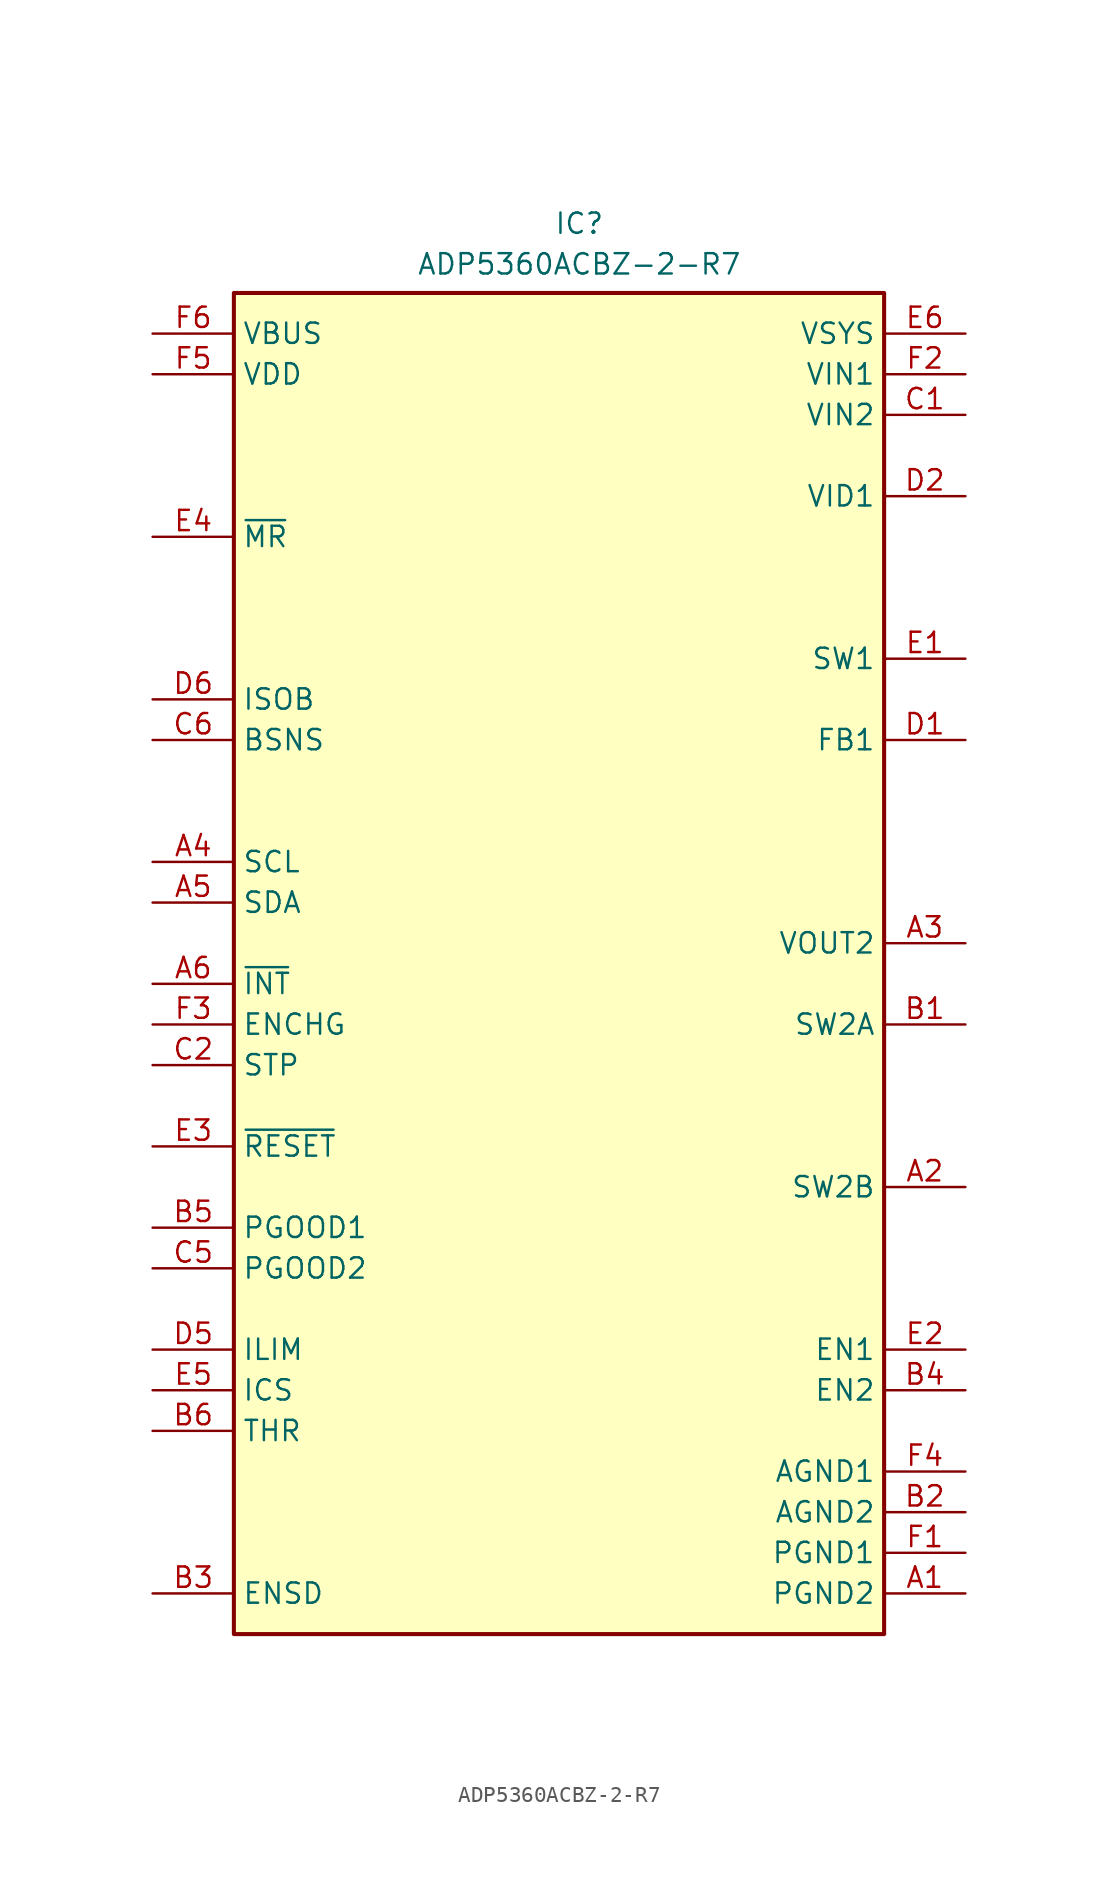
<source format=kicad_sym>
(kicad_symbol_lib
  (version 20220914)
  (generator kicad_symbol_editor)
  (symbol "ADP5360ACBZ-2-R7"
    (property "Reference" "IC"
      (at 1.27 45.72 0)
      (effects (font (size 1.27 1.27)) (justify top)))
    (property "Value" "ADP5360ACBZ-2-R7"
      (at 1.27 43.18 0)
      (effects (font (size 1.27 1.27)) (justify top)))
    (symbol "ADP5360ACBZ-2-R7_1_1"
      (rectangle (start -20.32 40.64) (end 20.32 -43.18) (stroke (width 0.254) (type default)) (fill (type background)))
      (pin passive line (at 25.4 -40.64 180) (length 5.08) (name "PGND2" (effects (font (size 1.27 1.27)))) (number "A1" (effects (font (size 1.27 1.27)))))
      (pin passive line (at 25.4 -15.24 180) (length 5.08) (name "SW2B" (effects (font (size 1.27 1.27)))) (number "A2" (effects (font (size 1.27 1.27)))))
      (pin passive line (at 25.4 0 180) (length 5.08) (name "VOUT2" (effects (font (size 1.27 1.27)))) (number "A3" (effects (font (size 1.27 1.27)))))
      (pin passive line (at -25.4 5.08 0) (length 5.08) (name "SCL" (effects (font (size 1.27 1.27)))) (number "A4" (effects (font (size 1.27 1.27)))))
      (pin passive line (at -25.4 2.54 0) (length 5.08) (name "SDA" (effects (font (size 1.27 1.27)))) (number "A5" (effects (font (size 1.27 1.27)))))
      (pin passive line (at -25.4 -2.54 0) (length 5.08) (name "~{INT}" (effects (font (size 1.27 1.27)))) (number "A6" (effects (font (size 1.27 1.27)))))
      (pin passive line (at 25.4 -5.08 180) (length 5.08) (name "SW2A" (effects (font (size 1.27 1.27)))) (number "B1" (effects (font (size 1.27 1.27)))))
      (pin passive line (at 25.4 -35.56 180) (length 5.08) (name "AGND2" (effects (font (size 1.27 1.27)))) (number "B2" (effects (font (size 1.27 1.27)))))
      (pin passive line (at -25.4 -40.64 0) (length 5.08) (name "ENSD" (effects (font (size 1.27 1.27)))) (number "B3" (effects (font (size 1.27 1.27)))))
      (pin passive line (at 25.4 -27.94 180) (length 5.08) (name "EN2" (effects (font (size 1.27 1.27)))) (number "B4" (effects (font (size 1.27 1.27)))))
      (pin passive line (at -25.4 -17.78 0) (length 5.08) (name "PGOOD1" (effects (font (size 1.27 1.27)))) (number "B5" (effects (font (size 1.27 1.27)))))
      (pin passive line (at -25.4 -30.48 0) (length 5.08) (name "THR" (effects (font (size 1.27 1.27)))) (number "B6" (effects (font (size 1.27 1.27)))))
      (pin passive line (at 25.4 33.02 180) (length 5.08) (name "VIN2" (effects (font (size 1.27 1.27)))) (number "C1" (effects (font (size 1.27 1.27)))))
      (pin passive line (at -25.4 -7.62 0) (length 5.08) (name "STP" (effects (font (size 1.27 1.27)))) (number "C2" (effects (font (size 1.27 1.27)))))
      (pin passive line (at -25.4 -20.32 0) (length 5.08) (name "PGOOD2" (effects (font (size 1.27 1.27)))) (number "C5" (effects (font (size 1.27 1.27)))))
      (pin passive line (at -25.4 12.7 0) (length 5.08) (name "BSNS" (effects (font (size 1.27 1.27)))) (number "C6" (effects (font (size 1.27 1.27)))))
      (pin passive line (at 25.4 12.7 180) (length 5.08) (name "FB1" (effects (font (size 1.27 1.27)))) (number "D1" (effects (font (size 1.27 1.27)))))
      (pin passive line (at 25.4 27.94 180) (length 5.08) (name "VID1" (effects (font (size 1.27 1.27)))) (number "D2" (effects (font (size 1.27 1.27)))))
      (pin passive line (at -25.4 -25.4 0) (length 5.08) (name "ILIM" (effects (font (size 1.27 1.27)))) (number "D5" (effects (font (size 1.27 1.27)))))
      (pin passive line (at -25.4 15.24 0) (length 5.08) (name "ISOB" (effects (font (size 1.27 1.27)))) (number "D6" (effects (font (size 1.27 1.27)))))
      (pin passive line (at 25.4 17.78 180) (length 5.08) (name "SW1" (effects (font (size 1.27 1.27)))) (number "E1" (effects (font (size 1.27 1.27)))))
      (pin passive line (at 25.4 -25.4 180) (length 5.08) (name "EN1" (effects (font (size 1.27 1.27)))) (number "E2" (effects (font (size 1.27 1.27)))))
      (pin passive line (at -25.4 -12.7 0) (length 5.08) (name "~{RESET}" (effects (font (size 1.27 1.27)))) (number "E3" (effects (font (size 1.27 1.27)))))
      (pin passive line (at -25.4 25.4 0) (length 5.08) (name "~{MR}" (effects (font (size 1.27 1.27)))) (number "E4" (effects (font (size 1.27 1.27)))))
      (pin passive line (at -25.4 -27.94 0) (length 5.08) (name "ICS" (effects (font (size 1.27 1.27)))) (number "E5" (effects (font (size 1.27 1.27)))))
      (pin passive line (at 25.4 38.1 180) (length 5.08) (name "VSYS" (effects (font (size 1.27 1.27)))) (number "E6" (effects (font (size 1.27 1.27)))))
      (pin passive line (at 25.4 -38.1 180) (length 5.08) (name "PGND1" (effects (font (size 1.27 1.27)))) (number "F1" (effects (font (size 1.27 1.27)))))
      (pin passive line (at 25.4 35.56 180) (length 5.08) (name "VIN1" (effects (font (size 1.27 1.27)))) (number "F2" (effects (font (size 1.27 1.27)))))
      (pin passive line (at -25.4 -5.08 0) (length 5.08) (name "ENCHG" (effects (font (size 1.27 1.27)))) (number "F3" (effects (font (size 1.27 1.27)))))
      (pin passive line (at 25.4 -33.02 180) (length 5.08) (name "AGND1" (effects (font (size 1.27 1.27)))) (number "F4" (effects (font (size 1.27 1.27)))))
      (pin passive line (at -25.4 35.56 0) (length 5.08) (name "VDD" (effects (font (size 1.27 1.27)))) (number "F5" (effects (font (size 1.27 1.27)))))
      (pin passive line (at -25.4 38.1 0) (length 5.08) (name "VBUS" (effects (font (size 1.27 1.27)))) (number "F6" (effects (font (size 1.27 1.27))))))))
</source>
